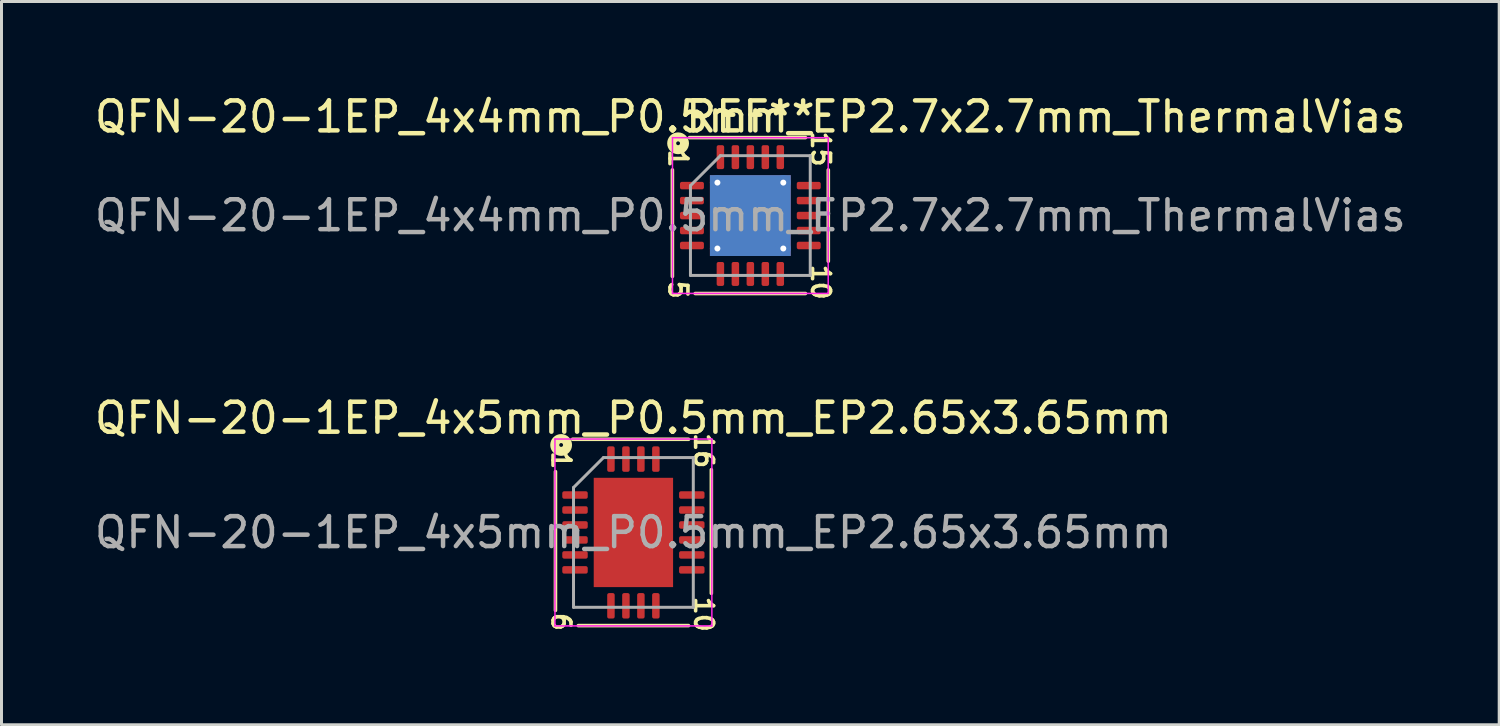
<source format=kicad_pcb>
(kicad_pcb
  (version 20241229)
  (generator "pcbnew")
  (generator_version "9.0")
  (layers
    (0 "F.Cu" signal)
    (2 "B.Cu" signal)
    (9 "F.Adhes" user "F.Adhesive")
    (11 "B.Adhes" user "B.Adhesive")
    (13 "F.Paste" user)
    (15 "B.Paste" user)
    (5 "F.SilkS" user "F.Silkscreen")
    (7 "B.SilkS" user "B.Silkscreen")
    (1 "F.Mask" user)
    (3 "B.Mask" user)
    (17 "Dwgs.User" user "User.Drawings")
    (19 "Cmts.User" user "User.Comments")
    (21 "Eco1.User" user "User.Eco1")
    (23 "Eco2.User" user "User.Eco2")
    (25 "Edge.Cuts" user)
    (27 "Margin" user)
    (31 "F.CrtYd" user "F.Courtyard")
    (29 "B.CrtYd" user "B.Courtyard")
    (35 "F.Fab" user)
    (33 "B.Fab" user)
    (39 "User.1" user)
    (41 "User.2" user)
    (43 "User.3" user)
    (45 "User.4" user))
  (footprint "QFN-20-1EP_4x5mm_P0.5mm_EP2.65x3.65mm"
    (layer "F.Cu")
    (at 18.101 14.73)
    (property "Reference" "QFN-20-1EP_4x5mm_P0.5mm_EP2.65x3.65mm" (at 0 -3.82 0) (layer "F.SilkS") (effects (font (size 1 1) (thickness 0.15))))
    (attr smd)
    (fp_line (start -2.603 -2.032) (end -2.603 2.603) (stroke (width 0.12) (type solid)) (layer "F.SilkS"))
    (fp_line (start -1.841 3.111) (end 1.841 3.111) (stroke (width 0.12) (type solid)) (layer "F.SilkS"))
    (fp_line (start 1.841 -3.111) (end -2.032 -3.111) (stroke (width 0.12) (type solid)) (layer "F.SilkS"))
    (fp_line (start 2.603 2.032) (end 2.603 -2.095) (stroke (width 0.12) (type solid)) (layer "F.SilkS"))
    (fp_circle (center -2.413 -2.921) (end -2.349 -2.921) (stroke (width 0.3) (type solid)) (fill no) (layer "F.SilkS"))
    (fp_line (start -2.62 -3.12) (end -2.62 3.12) (stroke (width 0.05) (type solid)) (layer "F.CrtYd"))
    (fp_line (start -2.62 3.12) (end 2.62 3.12) (stroke (width 0.05) (type solid)) (layer "F.CrtYd"))
    (fp_line (start 2.62 -3.12) (end -2.62 -3.12) (stroke (width 0.05) (type solid)) (layer "F.CrtYd"))
    (fp_line (start 2.62 3.12) (end 2.62 -3.12) (stroke (width 0.05) (type solid)) (layer "F.CrtYd"))
    (fp_line (start -2 -1.5) (end -1 -2.5) (stroke (width 0.1) (type solid)) (layer "F.Fab"))
    (fp_line (start -2 2.5) (end -2 -1.5) (stroke (width 0.1) (type solid)) (layer "F.Fab"))
    (fp_line (start -1 -2.5) (end 2 -2.5) (stroke (width 0.1) (type solid)) (layer "F.Fab"))
    (fp_line (start 2 -2.5) (end 2 2.5) (stroke (width 0.1) (type solid)) (layer "F.Fab"))
    (fp_line (start 2 2.5) (end -2 2.5) (stroke (width 0.1) (type solid)) (layer "F.Fab"))
    (fp_text user "1" (at -2.413 -2.413 270) (unlocked yes) (layer "F.SilkS") (effects (font (size 0.6 0.6) (thickness 0.12))))
    (fp_text user "6" (at -2.413 2.985 270) (unlocked yes) (layer "F.SilkS") (effects (font (size 0.6 0.6) (thickness 0.12))))
    (fp_text user "16" (at 2.349 -2.731 270) (unlocked yes) (layer "F.SilkS") (effects (font (size 0.6 0.6) (thickness 0.12))))
    (fp_text user "10" (at 2.349 2.731 270) (unlocked yes) (layer "F.SilkS") (effects (font (size 0.6 0.6) (thickness 0.12))))
    (fp_text user "${REFERENCE}" (at 0 0 0) (layer "F.Fab") (effects (font (size 1 1) (thickness 0.15))))
    (pad "" smd roundrect (at -0.66 -1.22) (size 1.07 0.98) (layers "F.Paste") (roundrect_rratio 0.25))
    (pad "" smd roundrect (at -0.66 0) (size 1.07 0.98) (layers "F.Paste") (roundrect_rratio 0.25))
    (pad "" smd roundrect (at -0.66 1.22) (size 1.07 0.98) (layers "F.Paste") (roundrect_rratio 0.25))
    (pad "" smd roundrect (at 0.66 -1.22) (size 1.07 0.98) (layers "F.Paste") (roundrect_rratio 0.25))
    (pad "" smd roundrect (at 0.66 0) (size 1.07 0.98) (layers "F.Paste") (roundrect_rratio 0.25))
    (pad "" smd roundrect (at 0.66 1.22) (size 1.07 0.98) (layers "F.Paste") (roundrect_rratio 0.25))
    (pad "1" smd roundrect (at -1.95 -1.25) (size 0.85 0.25) (layers "F.Cu" "F.Mask" "F.Paste") (roundrect_rratio 0.25))
    (pad "2" smd roundrect (at -1.95 -0.75) (size 0.85 0.25) (layers "F.Cu" "F.Mask" "F.Paste") (roundrect_rratio 0.25))
    (pad "3" smd roundrect (at -1.95 -0.25) (size 0.85 0.25) (layers "F.Cu" "F.Mask" "F.Paste") (roundrect_rratio 0.25))
    (pad "4" smd roundrect (at -1.95 0.25) (size 0.85 0.25) (layers "F.Cu" "F.Mask" "F.Paste") (roundrect_rratio 0.25))
    (pad "5" smd roundrect (at -1.95 0.75) (size 0.85 0.25) (layers "F.Cu" "F.Mask" "F.Paste") (roundrect_rratio 0.25))
    (pad "6" smd roundrect (at -1.95 1.25) (size 0.85 0.25) (layers "F.Cu" "F.Mask" "F.Paste") (roundrect_rratio 0.25))
    (pad "7" smd roundrect (at -0.75 2.45) (size 0.25 0.85) (layers "F.Cu" "F.Mask" "F.Paste") (roundrect_rratio 0.25))
    (pad "8" smd roundrect (at -0.25 2.45) (size 0.25 0.85) (layers "F.Cu" "F.Mask" "F.Paste") (roundrect_rratio 0.25))
    (pad "9" smd roundrect (at 0.25 2.45) (size 0.25 0.85) (layers "F.Cu" "F.Mask" "F.Paste") (roundrect_rratio 0.25))
    (pad "10" smd roundrect (at 0.75 2.45) (size 0.25 0.85) (layers "F.Cu" "F.Mask" "F.Paste") (roundrect_rratio 0.25))
    (pad "11" smd roundrect (at 1.95 1.25) (size 0.85 0.25) (layers "F.Cu" "F.Mask" "F.Paste") (roundrect_rratio 0.25))
    (pad "12" smd roundrect (at 1.95 0.75) (size 0.85 0.25) (layers "F.Cu" "F.Mask" "F.Paste") (roundrect_rratio 0.25))
    (pad "13" smd roundrect (at 1.95 0.25) (size 0.85 0.25) (layers "F.Cu" "F.Mask" "F.Paste") (roundrect_rratio 0.25))
    (pad "14" smd roundrect (at 1.95 -0.25) (size 0.85 0.25) (layers "F.Cu" "F.Mask" "F.Paste") (roundrect_rratio 0.25))
    (pad "15" smd roundrect (at 1.95 -0.75) (size 0.85 0.25) (layers "F.Cu" "F.Mask" "F.Paste") (roundrect_rratio 0.25))
    (pad "16" smd roundrect (at 1.95 -1.25) (size 0.85 0.25) (layers "F.Cu" "F.Mask" "F.Paste") (roundrect_rratio 0.25))
    (pad "17" smd roundrect (at 0.75 -2.45) (size 0.25 0.85) (layers "F.Cu" "F.Mask" "F.Paste") (roundrect_rratio 0.25))
    (pad "18" smd roundrect (at 0.25 -2.45) (size 0.25 0.85) (layers "F.Cu" "F.Mask" "F.Paste") (roundrect_rratio 0.25))
    (pad "19" smd roundrect (at -0.25 -2.45) (size 0.25 0.85) (layers "F.Cu" "F.Mask" "F.Paste") (roundrect_rratio 0.25))
    (pad "20" smd roundrect (at -0.75 -2.45) (size 0.25 0.85) (layers "F.Cu" "F.Mask" "F.Paste") (roundrect_rratio 0.25))
    (pad "21" smd rect (at 0 0) (size 2.65 3.65) (layers "F.Cu" "F.Mask")))
  (footprint "QFN-20-1EP_4x4mm_P0.5mm_EP2.7x2.7mm_ThermalVias"
    (layer "F.Cu")
    (at 22.006 4.148)
    (property "Reference" "QFN-20-1EP_4x4mm_P0.5mm_EP2.7x2.7mm_ThermalVias" (at 0 -3.3 0) (layer "F.SilkS") (effects (font (size 1 1) (thickness 0.15))))
    (attr smd)
    (fp_line (start -2.603 -1.524) (end -2.603 2.032) (stroke (width 0.12) (type solid)) (layer "F.SilkS"))
    (fp_line (start -1.841 2.603) (end 1.841 2.603) (stroke (width 0.12) (type solid)) (layer "F.SilkS"))
    (fp_line (start 1.841 -2.603) (end -2.032 -2.603) (stroke (width 0.12) (type solid)) (layer "F.SilkS"))
    (fp_line (start 2.603 1.524) (end 2.603 -1.524) (stroke (width 0.12) (type solid)) (layer "F.SilkS"))
    (fp_circle (center -2.413 -2.413) (end -2.349 -2.413) (stroke (width 0.3) (type solid)) (fill no) (layer "F.SilkS"))
    (fp_line (start -2.6 -2.6) (end -2.6 2.6) (stroke (width 0.05) (type solid)) (layer "F.CrtYd"))
    (fp_line (start -2.6 2.6) (end 2.6 2.6) (stroke (width 0.05) (type solid)) (layer "F.CrtYd"))
    (fp_line (start 2.6 -2.6) (end -2.6 -2.6) (stroke (width 0.05) (type solid)) (layer "F.CrtYd"))
    (fp_line (start 2.6 2.6) (end 2.6 -2.6) (stroke (width 0.05) (type solid)) (layer "F.CrtYd"))
    (fp_line (start -2 -1) (end -1 -2) (stroke (width 0.1) (type solid)) (layer "F.Fab"))
    (fp_line (start -2 2) (end -2 -1) (stroke (width 0.1) (type solid)) (layer "F.Fab"))
    (fp_line (start -1 -2) (end 2 -2) (stroke (width 0.1) (type solid)) (layer "F.Fab"))
    (fp_line (start 2 -2) (end 2 2) (stroke (width 0.1) (type solid)) (layer "F.Fab"))
    (fp_line (start 2 2) (end -2 2) (stroke (width 0.1) (type solid)) (layer "F.Fab"))
    (fp_text user "5" (at -2.413 2.477 270) (unlocked yes) (layer "F.SilkS") (effects (font (size 0.6 0.6) (thickness 0.12))))
    (fp_text user "1" (at -2.413 -1.905 270) (unlocked yes) (layer "F.SilkS") (effects (font (size 0.6 0.6) (thickness 0.12))))
    (fp_text user "10" (at 2.349 2.223 270) (unlocked yes) (layer "F.SilkS") (effects (font (size 0.6 0.6) (thickness 0.12))))
    (fp_text user "REF**" (at 0 -3.3 0) (layer "F.SilkS") (effects (font (size 1 1) (thickness 0.15))))
    (fp_text user "15" (at 2.349 -2.223 270) (unlocked yes) (layer "F.SilkS") (effects (font (size 0.6 0.6) (thickness 0.12))))
    (fp_text user "${REFERENCE}" (at 0 0 0) (layer "F.Fab") (effects (font (size 1 1) (thickness 0.15))))
    (pad "" smd roundrect (at -0.675 -0.675) (size 1.17 1.17) (layers "F.Paste") (roundrect_rratio 0.214))
    (pad "" smd roundrect (at -0.675 0.675) (size 1.17 1.17) (layers "F.Paste") (roundrect_rratio 0.214))
    (pad "" smd roundrect (at 0.675 -0.675) (size 1.17 1.17) (layers "F.Paste") (roundrect_rratio 0.214))
    (pad "" smd roundrect (at 0.675 0.675) (size 1.17 1.17) (layers "F.Paste") (roundrect_rratio 0.214))
    (pad "1" smd roundrect (at -1.95 -1) (size 0.8 0.25) (layers "F.Cu" "F.Mask" "F.Paste") (roundrect_rratio 0.25))
    (pad "2" smd roundrect (at -1.95 -0.5) (size 0.8 0.25) (layers "F.Cu" "F.Mask" "F.Paste") (roundrect_rratio 0.25))
    (pad "3" smd roundrect (at -1.95 0) (size 0.8 0.25) (layers "F.Cu" "F.Mask" "F.Paste") (roundrect_rratio 0.25))
    (pad "4" smd roundrect (at -1.95 0.5) (size 0.8 0.25) (layers "F.Cu" "F.Mask" "F.Paste") (roundrect_rratio 0.25))
    (pad "5" smd roundrect (at -1.95 1) (size 0.8 0.25) (layers "F.Cu" "F.Mask" "F.Paste") (roundrect_rratio 0.25))
    (pad "6" smd roundrect (at -1 1.95) (size 0.25 0.8) (layers "F.Cu" "F.Mask" "F.Paste") (roundrect_rratio 0.25))
    (pad "7" smd roundrect (at -0.5 1.95) (size 0.25 0.8) (layers "F.Cu" "F.Mask" "F.Paste") (roundrect_rratio 0.25))
    (pad "8" smd roundrect (at 0 1.95) (size 0.25 0.8) (layers "F.Cu" "F.Mask" "F.Paste") (roundrect_rratio 0.25))
    (pad "9" smd roundrect (at 0.5 1.95) (size 0.25 0.8) (layers "F.Cu" "F.Mask" "F.Paste") (roundrect_rratio 0.25))
    (pad "10" smd roundrect (at 1 1.95) (size 0.25 0.8) (layers "F.Cu" "F.Mask" "F.Paste") (roundrect_rratio 0.25))
    (pad "11" smd roundrect (at 1.95 1) (size 0.8 0.25) (layers "F.Cu" "F.Mask" "F.Paste") (roundrect_rratio 0.25))
    (pad "12" smd roundrect (at 1.95 0.5) (size 0.8 0.25) (layers "F.Cu" "F.Mask" "F.Paste") (roundrect_rratio 0.25))
    (pad "13" smd roundrect (at 1.95 0) (size 0.8 0.25) (layers "F.Cu" "F.Mask" "F.Paste") (roundrect_rratio 0.25))
    (pad "14" smd roundrect (at 1.95 -0.5) (size 0.8 0.25) (layers "F.Cu" "F.Mask" "F.Paste") (roundrect_rratio 0.25))
    (pad "15" smd roundrect (at 1.95 -1) (size 0.8 0.25) (layers "F.Cu" "F.Mask" "F.Paste") (roundrect_rratio 0.25))
    (pad "16" smd roundrect (at 1 -1.95) (size 0.25 0.8) (layers "F.Cu" "F.Mask" "F.Paste") (roundrect_rratio 0.25))
    (pad "17" smd roundrect (at 0.5 -1.95) (size 0.25 0.8) (layers "F.Cu" "F.Mask" "F.Paste") (roundrect_rratio 0.25))
    (pad "18" smd roundrect (at 0 -1.95) (size 0.25 0.8) (layers "F.Cu" "F.Mask" "F.Paste") (roundrect_rratio 0.25))
    (pad "19" smd roundrect (at -0.5 -1.95) (size 0.25 0.8) (layers "F.Cu" "F.Mask" "F.Paste") (roundrect_rratio 0.25))
    (pad "20" smd roundrect (at -1 -1.95) (size 0.25 0.8) (layers "F.Cu" "F.Mask" "F.Paste") (roundrect_rratio 0.25))
    (pad "21" thru_hole circle (at -1.1 -1.1) (size 0.5 0.5) (drill 0.2) (layers "*.Cu"))
    (pad "21" thru_hole circle (at -1.1 1.1) (size 0.5 0.5) (drill 0.2) (layers "*.Cu"))
    (pad "21" smd rect (at 0 0) (size 2.7 2.7) (layers "F.Cu" "F.Mask"))
    (pad "21" smd rect (at 0 0) (size 2.7 2.7) (layers "B.Cu" "B.Mask"))
    (pad "21" thru_hole circle (at 1.1 -1.1) (size 0.5 0.5) (drill 0.2) (layers "*.Cu"))
    (pad "21" thru_hole circle (at 1.1 1.1) (size 0.5 0.5) (drill 0.2) (layers "*.Cu")))
  (gr_rect
    (start -3 -3)
    (end 47.012 21.152)
    (stroke (width 0.1) (type default))
    (fill no)
    (layer "Edge.Cuts")))
</source>
